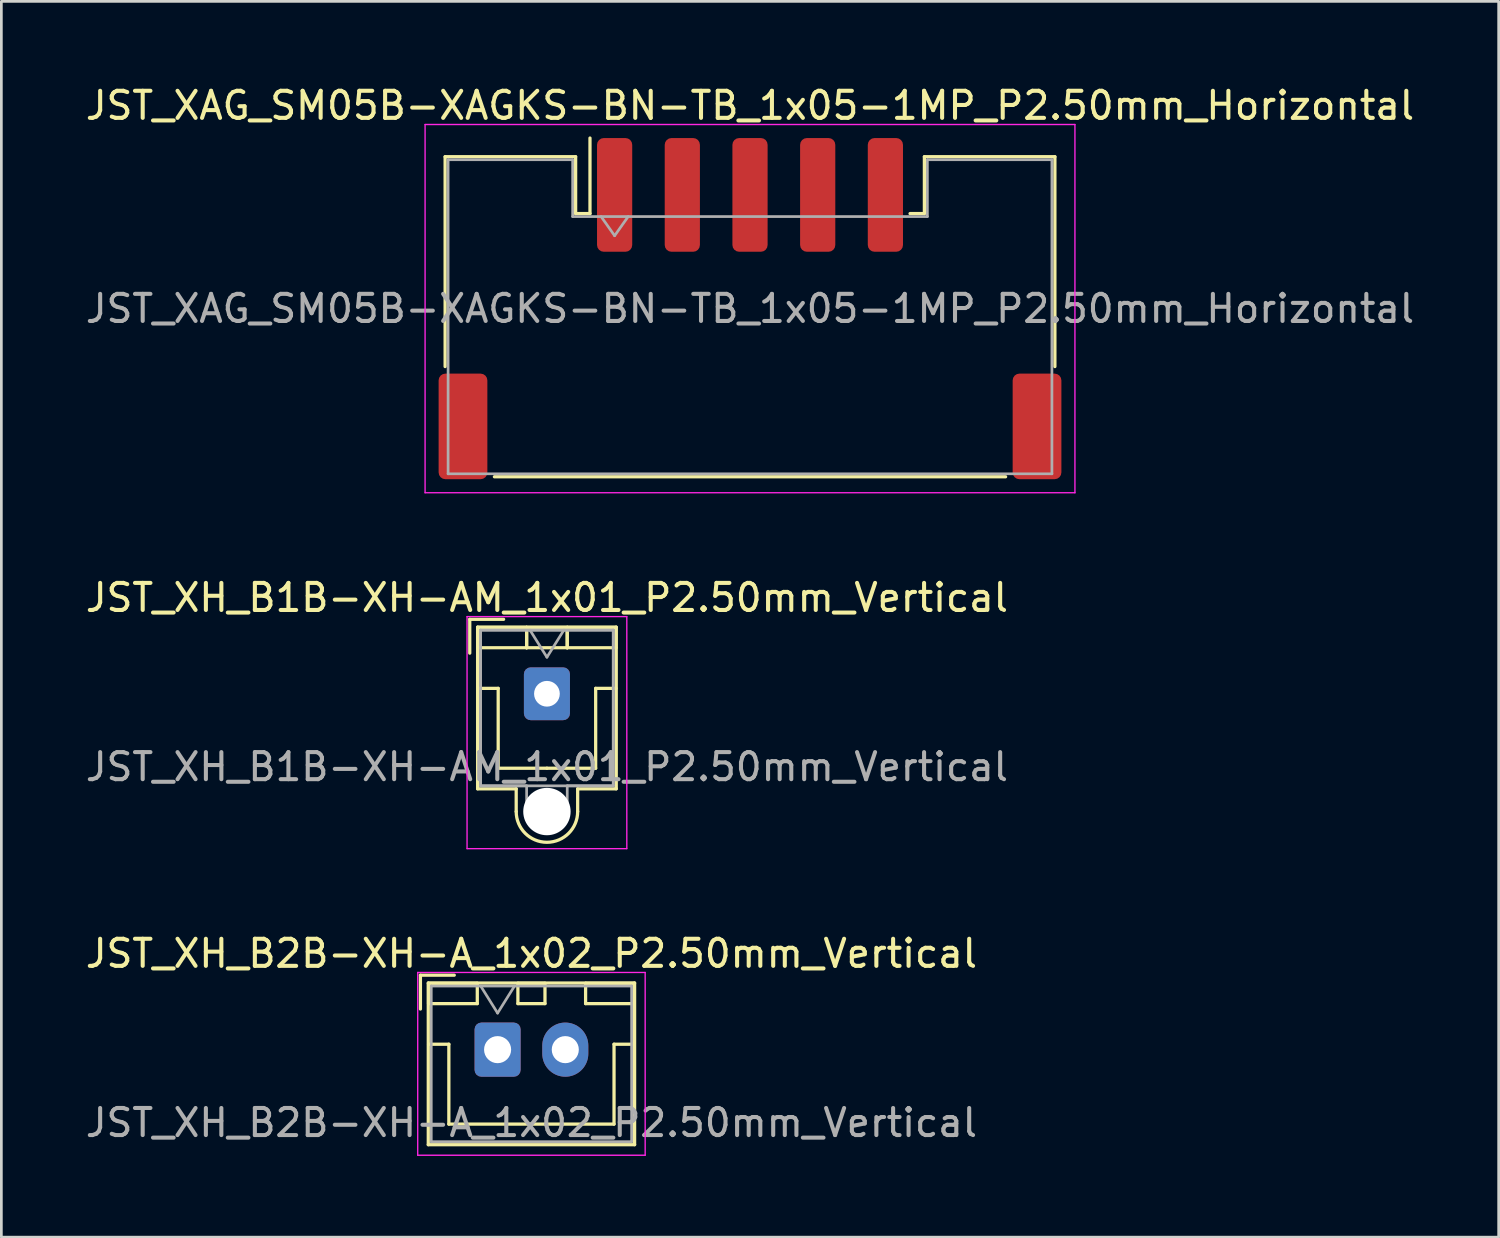
<source format=kicad_pcb>
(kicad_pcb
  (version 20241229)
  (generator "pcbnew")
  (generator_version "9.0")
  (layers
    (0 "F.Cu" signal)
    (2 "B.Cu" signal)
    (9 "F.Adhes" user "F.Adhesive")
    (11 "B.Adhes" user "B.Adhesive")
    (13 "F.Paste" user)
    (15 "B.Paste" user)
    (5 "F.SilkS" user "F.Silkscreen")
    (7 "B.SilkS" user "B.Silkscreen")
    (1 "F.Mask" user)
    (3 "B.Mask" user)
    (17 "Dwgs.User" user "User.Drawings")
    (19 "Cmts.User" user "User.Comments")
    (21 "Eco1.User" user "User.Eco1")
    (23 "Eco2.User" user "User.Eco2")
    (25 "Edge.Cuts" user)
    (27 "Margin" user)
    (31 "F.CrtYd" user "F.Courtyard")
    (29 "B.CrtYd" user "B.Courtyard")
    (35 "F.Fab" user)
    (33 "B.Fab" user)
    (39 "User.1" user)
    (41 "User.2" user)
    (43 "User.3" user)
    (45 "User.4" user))
  (footprint "JST_XAG_SM05B-XAGKS-BN-TB_1x05-1MP_P2.50mm_Horizontal"
    (layer "F.Cu")
    (at 24.649 8.348)
    (property "Reference" "JST_XAG_SM05B-XAGKS-BN-TB_1x05-1MP_P2.50mm_Horizontal" (at 0 -7.5 0) (layer "F.SilkS") (effects (font (size 1 1) (thickness 0.15))))
    (attr smd)
    (fp_line (start -11.26 -5.61) (end -6.44 -5.61) (stroke (width 0.12) (type solid)) (layer "F.SilkS"))
    (fp_line (start -11.26 2.14) (end -11.26 -5.61) (stroke (width 0.12) (type solid)) (layer "F.SilkS"))
    (fp_line (start -9.44 6.21) (end 9.44 6.21) (stroke (width 0.12) (type solid)) (layer "F.SilkS"))
    (fp_line (start -6.44 -5.61) (end -6.44 -3.51) (stroke (width 0.12) (type solid)) (layer "F.SilkS"))
    (fp_line (start -6.44 -3.51) (end -5.91 -3.51) (stroke (width 0.12) (type solid)) (layer "F.SilkS"))
    (fp_line (start -5.91 -3.51) (end -5.91 -6.3) (stroke (width 0.12) (type solid)) (layer "F.SilkS"))
    (fp_line (start 6.44 -5.61) (end 6.44 -3.51) (stroke (width 0.12) (type solid)) (layer "F.SilkS"))
    (fp_line (start 6.44 -3.51) (end 5.91 -3.51) (stroke (width 0.12) (type solid)) (layer "F.SilkS"))
    (fp_line (start 11.26 -5.61) (end 6.44 -5.61) (stroke (width 0.12) (type solid)) (layer "F.SilkS"))
    (fp_line (start 11.26 2.14) (end 11.26 -5.61) (stroke (width 0.12) (type solid)) (layer "F.SilkS"))
    (fp_line (start -12 -6.8) (end -12 6.8) (stroke (width 0.05) (type solid)) (layer "F.CrtYd"))
    (fp_line (start -12 6.8) (end 12 6.8) (stroke (width 0.05) (type solid)) (layer "F.CrtYd"))
    (fp_line (start 12 -6.8) (end -12 -6.8) (stroke (width 0.05) (type solid)) (layer "F.CrtYd"))
    (fp_line (start 12 6.8) (end 12 -6.8) (stroke (width 0.05) (type solid)) (layer "F.CrtYd"))
    (fp_line (start -11.15 -5.5) (end -11.15 6.1) (stroke (width 0.1) (type solid)) (layer "F.Fab"))
    (fp_line (start -11.15 -5.5) (end -6.55 -5.5) (stroke (width 0.1) (type solid)) (layer "F.Fab"))
    (fp_line (start -11.15 6.1) (end 11.15 6.1) (stroke (width 0.1) (type solid)) (layer "F.Fab"))
    (fp_line (start -6.55 -5.5) (end -6.55 -3.4) (stroke (width 0.1) (type solid)) (layer "F.Fab"))
    (fp_line (start -6.55 -3.4) (end 6.55 -3.4) (stroke (width 0.1) (type solid)) (layer "F.Fab"))
    (fp_line (start -5.5 -3.4) (end -5 -2.693) (stroke (width 0.1) (type solid)) (layer "F.Fab"))
    (fp_line (start -5 -2.693) (end -4.5 -3.4) (stroke (width 0.1) (type solid)) (layer "F.Fab"))
    (fp_line (start 6.55 -5.5) (end 11.15 -5.5) (stroke (width 0.1) (type solid)) (layer "F.Fab"))
    (fp_line (start 6.55 -3.4) (end 6.55 -5.5) (stroke (width 0.1) (type solid)) (layer "F.Fab"))
    (fp_line (start 11.15 -5.5) (end 11.15 6.1) (stroke (width 0.1) (type solid)) (layer "F.Fab"))
    (fp_text user "${REFERENCE}" (at 0 0 0) (layer "F.Fab") (effects (font (size 1 1) (thickness 0.15))))
    (pad "1" smd roundrect (at -5 -4.2) (size 1.3 4.2) (layers "F.Cu" "F.Mask" "F.Paste") (roundrect_rratio 0.192))
    (pad "2" smd roundrect (at -2.5 -4.2) (size 1.3 4.2) (layers "F.Cu" "F.Mask" "F.Paste") (roundrect_rratio 0.192))
    (pad "3" smd roundrect (at 0 -4.2) (size 1.3 4.2) (layers "F.Cu" "F.Mask" "F.Paste") (roundrect_rratio 0.192))
    (pad "4" smd roundrect (at 2.5 -4.2) (size 1.3 4.2) (layers "F.Cu" "F.Mask" "F.Paste") (roundrect_rratio 0.192))
    (pad "5" smd roundrect (at 5 -4.2) (size 1.3 4.2) (layers "F.Cu" "F.Mask" "F.Paste") (roundrect_rratio 0.192))
    (pad "MP" smd roundrect (at -10.6 4.35) (size 1.8 3.9) (layers "F.Cu" "F.Mask" "F.Paste") (roundrect_rratio 0.139))
    (pad "MP" smd roundrect (at 10.6 4.35) (size 1.8 3.9) (layers "F.Cu" "F.Mask" "F.Paste") (roundrect_rratio 0.139)))
  (footprint "JST_XH_B2B-XH-A_1x02_P2.50mm_Vertical"
    (layer "F.Cu")
    (at 15.327 35.715)
    (property "Reference" "JST_XH_B2B-XH-A_1x02_P2.50mm_Vertical" (at 1.25 -3.55 0) (layer "F.SilkS") (effects (font (size 1 1) (thickness 0.15))))
    (attr through_hole)
    (fp_line (start -2.85 -2.75) (end -2.85 -1.5) (stroke (width 0.12) (type solid)) (layer "F.SilkS"))
    (fp_line (start -2.56 -2.46) (end -2.56 3.51) (stroke (width 0.12) (type solid)) (layer "F.SilkS"))
    (fp_line (start -2.56 3.51) (end 5.06 3.51) (stroke (width 0.12) (type solid)) (layer "F.SilkS"))
    (fp_line (start -2.55 -2.45) (end -2.55 -1.7) (stroke (width 0.12) (type solid)) (layer "F.SilkS"))
    (fp_line (start -2.55 -1.7) (end -0.75 -1.7) (stroke (width 0.12) (type solid)) (layer "F.SilkS"))
    (fp_line (start -2.55 -0.2) (end -1.8 -0.2) (stroke (width 0.12) (type solid)) (layer "F.SilkS"))
    (fp_line (start -1.8 -0.2) (end -1.8 2.75) (stroke (width 0.12) (type solid)) (layer "F.SilkS"))
    (fp_line (start -1.8 2.75) (end 1.25 2.75) (stroke (width 0.12) (type solid)) (layer "F.SilkS"))
    (fp_line (start -1.6 -2.75) (end -2.85 -2.75) (stroke (width 0.12) (type solid)) (layer "F.SilkS"))
    (fp_line (start -0.75 -2.45) (end -2.55 -2.45) (stroke (width 0.12) (type solid)) (layer "F.SilkS"))
    (fp_line (start -0.75 -1.7) (end -0.75 -2.45) (stroke (width 0.12) (type solid)) (layer "F.SilkS"))
    (fp_line (start 0.75 -2.45) (end 0.75 -1.7) (stroke (width 0.12) (type solid)) (layer "F.SilkS"))
    (fp_line (start 0.75 -1.7) (end 1.75 -1.7) (stroke (width 0.12) (type solid)) (layer "F.SilkS"))
    (fp_line (start 1.75 -2.45) (end 0.75 -2.45) (stroke (width 0.12) (type solid)) (layer "F.SilkS"))
    (fp_line (start 1.75 -1.7) (end 1.75 -2.45) (stroke (width 0.12) (type solid)) (layer "F.SilkS"))
    (fp_line (start 3.25 -2.45) (end 3.25 -1.7) (stroke (width 0.12) (type solid)) (layer "F.SilkS"))
    (fp_line (start 3.25 -1.7) (end 5.05 -1.7) (stroke (width 0.12) (type solid)) (layer "F.SilkS"))
    (fp_line (start 4.3 -0.2) (end 4.3 2.75) (stroke (width 0.12) (type solid)) (layer "F.SilkS"))
    (fp_line (start 4.3 2.75) (end 1.25 2.75) (stroke (width 0.12) (type solid)) (layer "F.SilkS"))
    (fp_line (start 5.05 -2.45) (end 3.25 -2.45) (stroke (width 0.12) (type solid)) (layer "F.SilkS"))
    (fp_line (start 5.05 -1.7) (end 5.05 -2.45) (stroke (width 0.12) (type solid)) (layer "F.SilkS"))
    (fp_line (start 5.05 -0.2) (end 4.3 -0.2) (stroke (width 0.12) (type solid)) (layer "F.SilkS"))
    (fp_line (start 5.06 -2.46) (end -2.56 -2.46) (stroke (width 0.12) (type solid)) (layer "F.SilkS"))
    (fp_line (start 5.06 3.51) (end 5.06 -2.46) (stroke (width 0.12) (type solid)) (layer "F.SilkS"))
    (fp_line (start -2.95 -2.85) (end -2.95 3.9) (stroke (width 0.05) (type solid)) (layer "F.CrtYd"))
    (fp_line (start -2.95 3.9) (end 5.45 3.9) (stroke (width 0.05) (type solid)) (layer "F.CrtYd"))
    (fp_line (start 5.45 -2.85) (end -2.95 -2.85) (stroke (width 0.05) (type solid)) (layer "F.CrtYd"))
    (fp_line (start 5.45 3.9) (end 5.45 -2.85) (stroke (width 0.05) (type solid)) (layer "F.CrtYd"))
    (fp_line (start -2.45 -2.35) (end -2.45 3.4) (stroke (width 0.1) (type solid)) (layer "F.Fab"))
    (fp_line (start -2.45 3.4) (end 4.95 3.4) (stroke (width 0.1) (type solid)) (layer "F.Fab"))
    (fp_line (start -0.625 -2.35) (end 0 -1.35) (stroke (width 0.1) (type solid)) (layer "F.Fab"))
    (fp_line (start 0 -1.35) (end 0.625 -2.35) (stroke (width 0.1) (type solid)) (layer "F.Fab"))
    (fp_line (start 4.95 -2.35) (end -2.45 -2.35) (stroke (width 0.1) (type solid)) (layer "F.Fab"))
    (fp_line (start 4.95 3.4) (end 4.95 -2.35) (stroke (width 0.1) (type solid)) (layer "F.Fab"))
    (fp_text user "${REFERENCE}" (at 1.25 2.7 0) (layer "F.Fab") (effects (font (size 1 1) (thickness 0.15))))
    (pad "1" thru_hole roundrect (at 0 0) (size 1.7 2) (drill 1) (layers "*.Cu" "*.Mask") (roundrect_rratio 0.147))
    (pad "2" thru_hole oval (at 2.5 0) (size 1.7 2) (drill 1) (layers "*.Cu" "*.Mask")))
  (footprint "JST_XH_B1B-XH-AM_1x01_P2.50mm_Vertical"
    (layer "F.Cu")
    (at 17.149 22.572)
    (property "Reference" "JST_XH_B1B-XH-AM_1x01_P2.50mm_Vertical" (at 0 -3.55 0) (layer "F.SilkS") (effects (font (size 1 1) (thickness 0.15))))
    (attr through_hole)
    (fp_line (start -2.85 -2.75) (end -2.85 -1.5) (stroke (width 0.12) (type solid)) (layer "F.SilkS"))
    (fp_line (start -2.56 -2.46) (end 2.56 -2.46) (stroke (width 0.12) (type solid)) (layer "F.SilkS"))
    (fp_line (start -2.56 3.51) (end -2.56 -2.46) (stroke (width 0.12) (type solid)) (layer "F.SilkS"))
    (fp_line (start -2.55 -2.45) (end -2.55 -1.7) (stroke (width 0.12) (type solid)) (layer "F.SilkS"))
    (fp_line (start -2.55 -1.7) (end -0.75 -1.7) (stroke (width 0.12) (type solid)) (layer "F.SilkS"))
    (fp_line (start -2.55 -0.2) (end -1.8 -0.2) (stroke (width 0.12) (type solid)) (layer "F.SilkS"))
    (fp_line (start -1.8 -0.2) (end -1.8 2.75) (stroke (width 0.12) (type solid)) (layer "F.SilkS"))
    (fp_line (start -1.8 2.75) (end 0 2.75) (stroke (width 0.12) (type solid)) (layer "F.SilkS"))
    (fp_line (start -1.6 -2.75) (end -2.85 -2.75) (stroke (width 0.12) (type solid)) (layer "F.SilkS"))
    (fp_line (start -1.135 3.51) (end -2.56 3.51) (stroke (width 0.12) (type solid)) (layer "F.SilkS"))
    (fp_line (start -1.135 4.35) (end -1.135 3.51) (stroke (width 0.12) (type solid)) (layer "F.SilkS"))
    (fp_line (start -0.75 -2.45) (end -2.55 -2.45) (stroke (width 0.12) (type solid)) (layer "F.SilkS"))
    (fp_line (start -0.75 -2.45) (end 0.75 -2.45) (stroke (width 0.12) (type solid)) (layer "F.SilkS"))
    (fp_line (start -0.75 -1.7) (end -0.75 -2.45) (stroke (width 0.12) (type solid)) (layer "F.SilkS"))
    (fp_line (start -0.75 -1.7) (end -0.75 -2.45) (stroke (width 0.12) (type solid)) (layer "F.SilkS"))
    (fp_line (start 0.75 -2.45) (end 0.75 -1.7) (stroke (width 0.12) (type solid)) (layer "F.SilkS"))
    (fp_line (start 0.75 -2.45) (end 0.75 -1.7) (stroke (width 0.12) (type solid)) (layer "F.SilkS"))
    (fp_line (start 0.75 -1.7) (end -0.75 -1.7) (stroke (width 0.12) (type solid)) (layer "F.SilkS"))
    (fp_line (start 0.75 -1.7) (end 2.55 -1.7) (stroke (width 0.12) (type solid)) (layer "F.SilkS"))
    (fp_line (start 1.135 3.51) (end 1.135 4.35) (stroke (width 0.12) (type solid)) (layer "F.SilkS"))
    (fp_line (start 1.8 -0.2) (end 1.8 2.75) (stroke (width 0.12) (type solid)) (layer "F.SilkS"))
    (fp_line (start 1.8 2.75) (end 0 2.75) (stroke (width 0.12) (type solid)) (layer "F.SilkS"))
    (fp_line (start 2.55 -2.45) (end 0.75 -2.45) (stroke (width 0.12) (type solid)) (layer "F.SilkS"))
    (fp_line (start 2.55 -1.7) (end 2.55 -2.45) (stroke (width 0.12) (type solid)) (layer "F.SilkS"))
    (fp_line (start 2.55 -0.2) (end 1.8 -0.2) (stroke (width 0.12) (type solid)) (layer "F.SilkS"))
    (fp_line (start 2.56 -2.46) (end 2.56 3.51) (stroke (width 0.12) (type solid)) (layer "F.SilkS"))
    (fp_line (start 2.56 3.51) (end 1.135 3.51) (stroke (width 0.12) (type solid)) (layer "F.SilkS"))
    (fp_arc (start 1.135 4.35) (mid 0 5.485) (end -1.135 4.35) (stroke (width 0.12) (type solid)) (layer "F.SilkS"))
    (fp_line (start -2.95 -2.85) (end -2.95 5.72) (stroke (width 0.05) (type solid)) (layer "F.CrtYd"))
    (fp_line (start -2.95 5.72) (end 2.95 5.72) (stroke (width 0.05) (type solid)) (layer "F.CrtYd"))
    (fp_line (start 2.95 -2.85) (end -2.95 -2.85) (stroke (width 0.05) (type solid)) (layer "F.CrtYd"))
    (fp_line (start 2.95 5.72) (end 2.95 -2.85) (stroke (width 0.05) (type solid)) (layer "F.CrtYd"))
    (fp_line (start -2.45 -2.35) (end -2.45 3.4) (stroke (width 0.1) (type solid)) (layer "F.Fab"))
    (fp_line (start -2.45 -2.35) (end 2.45 -2.35) (stroke (width 0.1) (type solid)) (layer "F.Fab"))
    (fp_line (start -2.45 3.4) (end -2.45 -2.35) (stroke (width 0.1) (type solid)) (layer "F.Fab"))
    (fp_line (start -2.45 3.4) (end 2.45 3.4) (stroke (width 0.1) (type solid)) (layer "F.Fab"))
    (fp_line (start -0.75 3.4) (end -2.45 3.4) (stroke (width 0.1) (type solid)) (layer "F.Fab"))
    (fp_line (start -0.75 4.35) (end -0.75 3.4) (stroke (width 0.1) (type solid)) (layer "F.Fab"))
    (fp_line (start -0.625 -2.35) (end 0 -1.35) (stroke (width 0.1) (type solid)) (layer "F.Fab"))
    (fp_line (start 0 -1.35) (end 0.625 -2.35) (stroke (width 0.1) (type solid)) (layer "F.Fab"))
    (fp_line (start 0.75 3.4) (end 0.75 4.35) (stroke (width 0.1) (type solid)) (layer "F.Fab"))
    (fp_line (start 2.45 -2.35) (end -2.45 -2.35) (stroke (width 0.1) (type solid)) (layer "F.Fab"))
    (fp_line (start 2.45 -2.35) (end 2.45 3.4) (stroke (width 0.1) (type solid)) (layer "F.Fab"))
    (fp_line (start 2.45 3.4) (end 0.75 3.4) (stroke (width 0.1) (type solid)) (layer "F.Fab"))
    (fp_line (start 2.45 3.4) (end 2.45 -2.35) (stroke (width 0.1) (type solid)) (layer "F.Fab"))
    (fp_arc (start 0.75 4.35) (mid 0 5.1) (end -0.75 4.35) (stroke (width 0.1) (type solid)) (layer "F.Fab"))
    (fp_text user "${REFERENCE}" (at 0 2.7 0) (layer "F.Fab") (effects (font (size 1 1) (thickness 0.15))))
    (pad "" np_thru_hole circle (at 0 4.35) (size 1.75 1.75) (drill 1.75) (layers "*.Cu" "*.Mask"))
    (pad "1" thru_hole roundrect (at 0 0) (size 1.7 1.95) (drill 0.95) (layers "*.Cu" "*.Mask") (roundrect_rratio 0.147)))
  (gr_rect
    (start -3 -3)
    (end 52.298 42.64)
    (stroke (width 0.1) (type default))
    (fill no)
    (layer "Edge.Cuts")))
</source>
